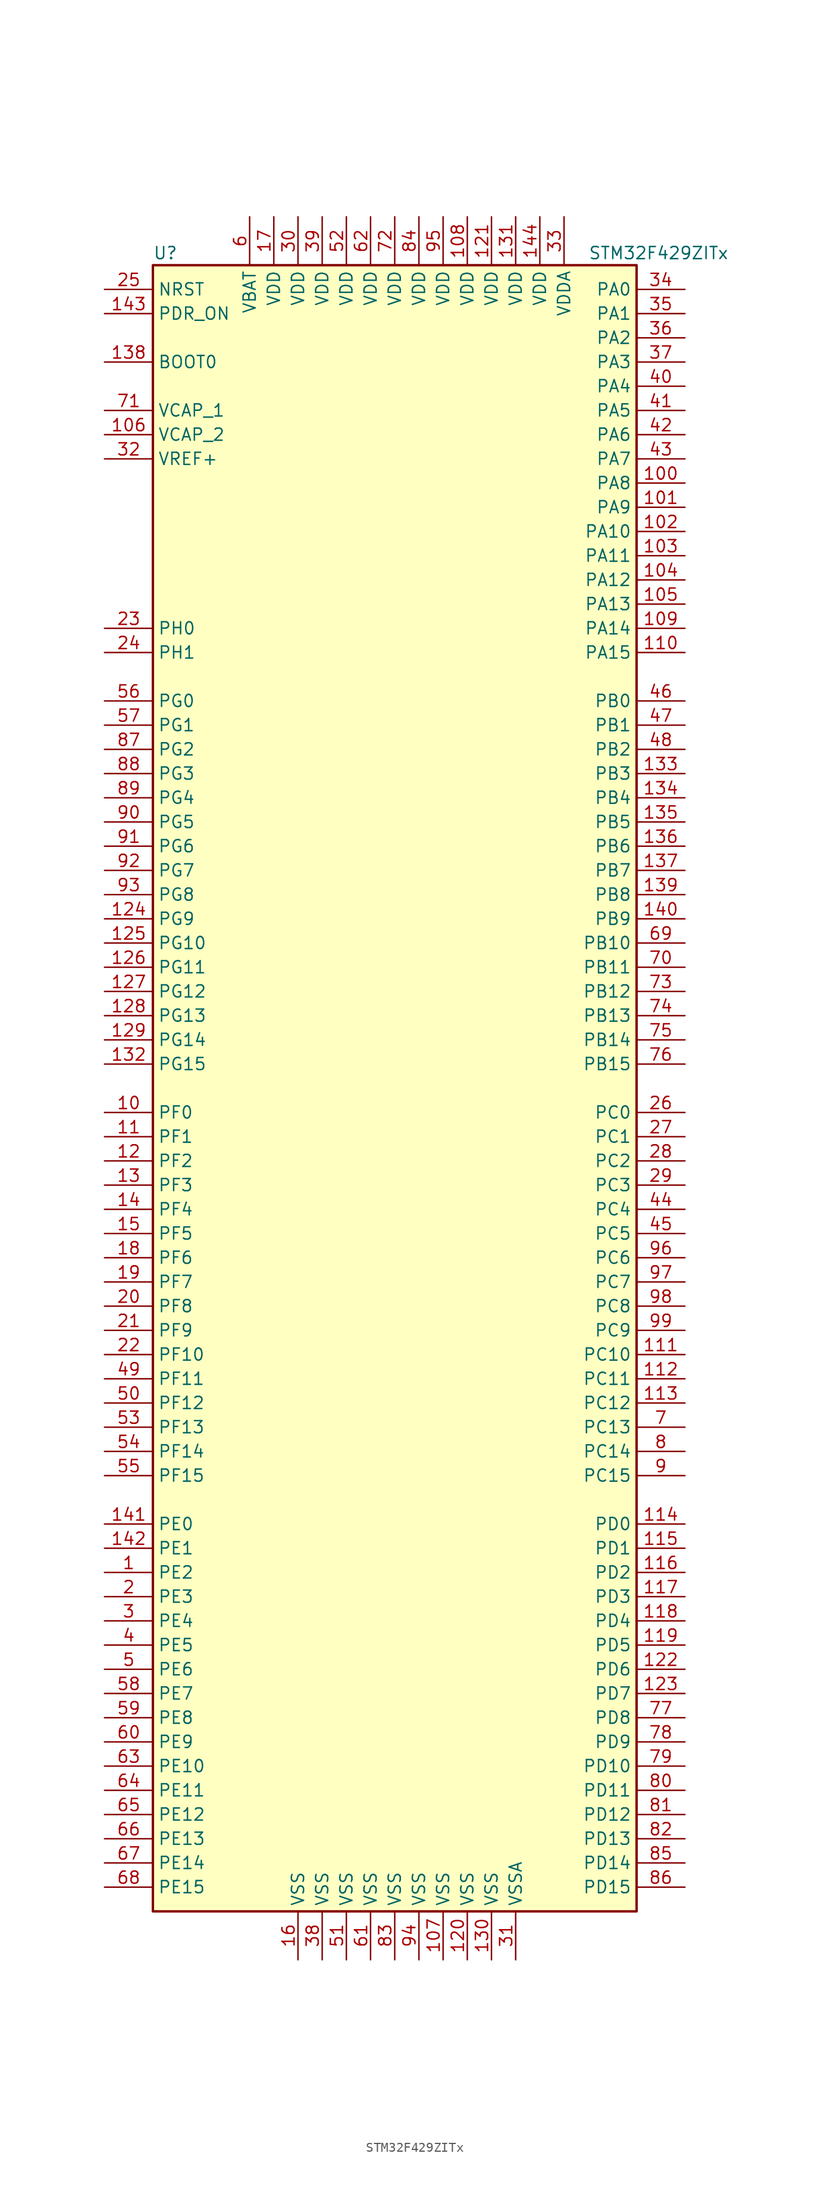
<source format=kicad_sym>
(kicad_symbol_lib
  (version 20201005)
  (generator kicad_symbol_editor)
  (symbol "MCU_ST_STM32F4:STM32F429ZITx"
    (property "Reference" "U"
      (at -25.4 87.63 0)
      (effects (font (size 1.27 1.27)) (justify left)))
    (property "Value" "STM32F429ZITx"
      (at 20.32 87.63 0)
      (effects (font (size 1.27 1.27)) (justify left)))
    (symbol "STM32F429ZITx_0_1"
      (rectangle (start -25.4 -86.36) (end 25.4 86.36) (stroke (width 0.254)) (fill (type background))))
    (symbol "STM32F429ZITx_1_1"
      (pin input line (at -30.48 76.2 0) (length 5.08) (name "BOOT0" (effects (font (size 1.27 1.27)))) (number "138" (effects (font (size 1.27 1.27)))))
      (pin input line (at -30.48 83.82 0) (length 5.08) (name "NRST" (effects (font (size 1.27 1.27)))) (number "25" (effects (font (size 1.27 1.27)))))
      (pin bidirectional line (at 30.48 83.82 180) (length 5.08) (name "PA0" (effects (font (size 1.27 1.27)))) (number "34" (effects (font (size 1.27 1.27)))))
      (pin bidirectional line (at 30.48 81.28 180) (length 5.08) (name "PA1" (effects (font (size 1.27 1.27)))) (number "35" (effects (font (size 1.27 1.27)))))
      (pin bidirectional line (at 30.48 58.42 180) (length 5.08) (name "PA10" (effects (font (size 1.27 1.27)))) (number "102" (effects (font (size 1.27 1.27)))))
      (pin bidirectional line (at 30.48 55.88 180) (length 5.08) (name "PA11" (effects (font (size 1.27 1.27)))) (number "103" (effects (font (size 1.27 1.27)))))
      (pin bidirectional line (at 30.48 53.34 180) (length 5.08) (name "PA12" (effects (font (size 1.27 1.27)))) (number "104" (effects (font (size 1.27 1.27)))))
      (pin bidirectional line (at 30.48 50.8 180) (length 5.08) (name "PA13" (effects (font (size 1.27 1.27)))) (number "105" (effects (font (size 1.27 1.27)))))
      (pin bidirectional line (at 30.48 48.26 180) (length 5.08) (name "PA14" (effects (font (size 1.27 1.27)))) (number "109" (effects (font (size 1.27 1.27)))))
      (pin bidirectional line (at 30.48 45.72 180) (length 5.08) (name "PA15" (effects (font (size 1.27 1.27)))) (number "110" (effects (font (size 1.27 1.27)))))
      (pin bidirectional line (at 30.48 78.74 180) (length 5.08) (name "PA2" (effects (font (size 1.27 1.27)))) (number "36" (effects (font (size 1.27 1.27)))))
      (pin bidirectional line (at 30.48 76.2 180) (length 5.08) (name "PA3" (effects (font (size 1.27 1.27)))) (number "37" (effects (font (size 1.27 1.27)))))
      (pin bidirectional line (at 30.48 73.66 180) (length 5.08) (name "PA4" (effects (font (size 1.27 1.27)))) (number "40" (effects (font (size 1.27 1.27)))))
      (pin bidirectional line (at 30.48 71.12 180) (length 5.08) (name "PA5" (effects (font (size 1.27 1.27)))) (number "41" (effects (font (size 1.27 1.27)))))
      (pin bidirectional line (at 30.48 68.58 180) (length 5.08) (name "PA6" (effects (font (size 1.27 1.27)))) (number "42" (effects (font (size 1.27 1.27)))))
      (pin bidirectional line (at 30.48 66.04 180) (length 5.08) (name "PA7" (effects (font (size 1.27 1.27)))) (number "43" (effects (font (size 1.27 1.27)))))
      (pin bidirectional line (at 30.48 63.5 180) (length 5.08) (name "PA8" (effects (font (size 1.27 1.27)))) (number "100" (effects (font (size 1.27 1.27)))))
      (pin bidirectional line (at 30.48 60.96 180) (length 5.08) (name "PA9" (effects (font (size 1.27 1.27)))) (number "101" (effects (font (size 1.27 1.27)))))
      (pin bidirectional line (at 30.48 40.64 180) (length 5.08) (name "PB0" (effects (font (size 1.27 1.27)))) (number "46" (effects (font (size 1.27 1.27)))))
      (pin bidirectional line (at 30.48 38.1 180) (length 5.08) (name "PB1" (effects (font (size 1.27 1.27)))) (number "47" (effects (font (size 1.27 1.27)))))
      (pin bidirectional line (at 30.48 15.24 180) (length 5.08) (name "PB10" (effects (font (size 1.27 1.27)))) (number "69" (effects (font (size 1.27 1.27)))))
      (pin bidirectional line (at 30.48 12.7 180) (length 5.08) (name "PB11" (effects (font (size 1.27 1.27)))) (number "70" (effects (font (size 1.27 1.27)))))
      (pin bidirectional line (at 30.48 10.16 180) (length 5.08) (name "PB12" (effects (font (size 1.27 1.27)))) (number "73" (effects (font (size 1.27 1.27)))))
      (pin bidirectional line (at 30.48 7.62 180) (length 5.08) (name "PB13" (effects (font (size 1.27 1.27)))) (number "74" (effects (font (size 1.27 1.27)))))
      (pin bidirectional line (at 30.48 5.08 180) (length 5.08) (name "PB14" (effects (font (size 1.27 1.27)))) (number "75" (effects (font (size 1.27 1.27)))))
      (pin bidirectional line (at 30.48 2.54 180) (length 5.08) (name "PB15" (effects (font (size 1.27 1.27)))) (number "76" (effects (font (size 1.27 1.27)))))
      (pin bidirectional line (at 30.48 35.56 180) (length 5.08) (name "PB2" (effects (font (size 1.27 1.27)))) (number "48" (effects (font (size 1.27 1.27)))))
      (pin bidirectional line (at 30.48 33.02 180) (length 5.08) (name "PB3" (effects (font (size 1.27 1.27)))) (number "133" (effects (font (size 1.27 1.27)))))
      (pin bidirectional line (at 30.48 30.48 180) (length 5.08) (name "PB4" (effects (font (size 1.27 1.27)))) (number "134" (effects (font (size 1.27 1.27)))))
      (pin bidirectional line (at 30.48 27.94 180) (length 5.08) (name "PB5" (effects (font (size 1.27 1.27)))) (number "135" (effects (font (size 1.27 1.27)))))
      (pin bidirectional line (at 30.48 25.4 180) (length 5.08) (name "PB6" (effects (font (size 1.27 1.27)))) (number "136" (effects (font (size 1.27 1.27)))))
      (pin bidirectional line (at 30.48 22.86 180) (length 5.08) (name "PB7" (effects (font (size 1.27 1.27)))) (number "137" (effects (font (size 1.27 1.27)))))
      (pin bidirectional line (at 30.48 20.32 180) (length 5.08) (name "PB8" (effects (font (size 1.27 1.27)))) (number "139" (effects (font (size 1.27 1.27)))))
      (pin bidirectional line (at 30.48 17.78 180) (length 5.08) (name "PB9" (effects (font (size 1.27 1.27)))) (number "140" (effects (font (size 1.27 1.27)))))
      (pin bidirectional line (at 30.48 -2.54 180) (length 5.08) (name "PC0" (effects (font (size 1.27 1.27)))) (number "26" (effects (font (size 1.27 1.27)))))
      (pin bidirectional line (at 30.48 -5.08 180) (length 5.08) (name "PC1" (effects (font (size 1.27 1.27)))) (number "27" (effects (font (size 1.27 1.27)))))
      (pin bidirectional line (at 30.48 -27.94 180) (length 5.08) (name "PC10" (effects (font (size 1.27 1.27)))) (number "111" (effects (font (size 1.27 1.27)))))
      (pin bidirectional line (at 30.48 -30.48 180) (length 5.08) (name "PC11" (effects (font (size 1.27 1.27)))) (number "112" (effects (font (size 1.27 1.27)))))
      (pin bidirectional line (at 30.48 -33.02 180) (length 5.08) (name "PC12" (effects (font (size 1.27 1.27)))) (number "113" (effects (font (size 1.27 1.27)))))
      (pin bidirectional line (at 30.48 -35.56 180) (length 5.08) (name "PC13" (effects (font (size 1.27 1.27)))) (number "7" (effects (font (size 1.27 1.27)))))
      (pin bidirectional line (at 30.48 -38.1 180) (length 5.08) (name "PC14" (effects (font (size 1.27 1.27)))) (number "8" (effects (font (size 1.27 1.27)))))
      (pin bidirectional line (at 30.48 -40.64 180) (length 5.08) (name "PC15" (effects (font (size 1.27 1.27)))) (number "9" (effects (font (size 1.27 1.27)))))
      (pin bidirectional line (at 30.48 -7.62 180) (length 5.08) (name "PC2" (effects (font (size 1.27 1.27)))) (number "28" (effects (font (size 1.27 1.27)))))
      (pin bidirectional line (at 30.48 -10.16 180) (length 5.08) (name "PC3" (effects (font (size 1.27 1.27)))) (number "29" (effects (font (size 1.27 1.27)))))
      (pin bidirectional line (at 30.48 -12.7 180) (length 5.08) (name "PC4" (effects (font (size 1.27 1.27)))) (number "44" (effects (font (size 1.27 1.27)))))
      (pin bidirectional line (at 30.48 -15.24 180) (length 5.08) (name "PC5" (effects (font (size 1.27 1.27)))) (number "45" (effects (font (size 1.27 1.27)))))
      (pin bidirectional line (at 30.48 -17.78 180) (length 5.08) (name "PC6" (effects (font (size 1.27 1.27)))) (number "96" (effects (font (size 1.27 1.27)))))
      (pin bidirectional line (at 30.48 -20.32 180) (length 5.08) (name "PC7" (effects (font (size 1.27 1.27)))) (number "97" (effects (font (size 1.27 1.27)))))
      (pin bidirectional line (at 30.48 -22.86 180) (length 5.08) (name "PC8" (effects (font (size 1.27 1.27)))) (number "98" (effects (font (size 1.27 1.27)))))
      (pin bidirectional line (at 30.48 -25.4 180) (length 5.08) (name "PC9" (effects (font (size 1.27 1.27)))) (number "99" (effects (font (size 1.27 1.27)))))
      (pin bidirectional line (at 30.48 -45.72 180) (length 5.08) (name "PD0" (effects (font (size 1.27 1.27)))) (number "114" (effects (font (size 1.27 1.27)))))
      (pin bidirectional line (at 30.48 -48.26 180) (length 5.08) (name "PD1" (effects (font (size 1.27 1.27)))) (number "115" (effects (font (size 1.27 1.27)))))
      (pin bidirectional line (at 30.48 -71.12 180) (length 5.08) (name "PD10" (effects (font (size 1.27 1.27)))) (number "79" (effects (font (size 1.27 1.27)))))
      (pin bidirectional line (at 30.48 -73.66 180) (length 5.08) (name "PD11" (effects (font (size 1.27 1.27)))) (number "80" (effects (font (size 1.27 1.27)))))
      (pin bidirectional line (at 30.48 -76.2 180) (length 5.08) (name "PD12" (effects (font (size 1.27 1.27)))) (number "81" (effects (font (size 1.27 1.27)))))
      (pin bidirectional line (at 30.48 -78.74 180) (length 5.08) (name "PD13" (effects (font (size 1.27 1.27)))) (number "82" (effects (font (size 1.27 1.27)))))
      (pin bidirectional line (at 30.48 -81.28 180) (length 5.08) (name "PD14" (effects (font (size 1.27 1.27)))) (number "85" (effects (font (size 1.27 1.27)))))
      (pin bidirectional line (at 30.48 -83.82 180) (length 5.08) (name "PD15" (effects (font (size 1.27 1.27)))) (number "86" (effects (font (size 1.27 1.27)))))
      (pin bidirectional line (at 30.48 -50.8 180) (length 5.08) (name "PD2" (effects (font (size 1.27 1.27)))) (number "116" (effects (font (size 1.27 1.27)))))
      (pin bidirectional line (at 30.48 -53.34 180) (length 5.08) (name "PD3" (effects (font (size 1.27 1.27)))) (number "117" (effects (font (size 1.27 1.27)))))
      (pin bidirectional line (at 30.48 -55.88 180) (length 5.08) (name "PD4" (effects (font (size 1.27 1.27)))) (number "118" (effects (font (size 1.27 1.27)))))
      (pin bidirectional line (at 30.48 -58.42 180) (length 5.08) (name "PD5" (effects (font (size 1.27 1.27)))) (number "119" (effects (font (size 1.27 1.27)))))
      (pin bidirectional line (at 30.48 -60.96 180) (length 5.08) (name "PD6" (effects (font (size 1.27 1.27)))) (number "122" (effects (font (size 1.27 1.27)))))
      (pin bidirectional line (at 30.48 -63.5 180) (length 5.08) (name "PD7" (effects (font (size 1.27 1.27)))) (number "123" (effects (font (size 1.27 1.27)))))
      (pin bidirectional line (at 30.48 -66.04 180) (length 5.08) (name "PD8" (effects (font (size 1.27 1.27)))) (number "77" (effects (font (size 1.27 1.27)))))
      (pin bidirectional line (at 30.48 -68.58 180) (length 5.08) (name "PD9" (effects (font (size 1.27 1.27)))) (number "78" (effects (font (size 1.27 1.27)))))
      (pin input line (at -30.48 81.28 0) (length 5.08) (name "PDR_ON" (effects (font (size 1.27 1.27)))) (number "143" (effects (font (size 1.27 1.27)))))
      (pin bidirectional line (at -30.48 -45.72 0) (length 5.08) (name "PE0" (effects (font (size 1.27 1.27)))) (number "141" (effects (font (size 1.27 1.27)))))
      (pin bidirectional line (at -30.48 -48.26 0) (length 5.08) (name "PE1" (effects (font (size 1.27 1.27)))) (number "142" (effects (font (size 1.27 1.27)))))
      (pin bidirectional line (at -30.48 -71.12 0) (length 5.08) (name "PE10" (effects (font (size 1.27 1.27)))) (number "63" (effects (font (size 1.27 1.27)))))
      (pin bidirectional line (at -30.48 -73.66 0) (length 5.08) (name "PE11" (effects (font (size 1.27 1.27)))) (number "64" (effects (font (size 1.27 1.27)))))
      (pin bidirectional line (at -30.48 -76.2 0) (length 5.08) (name "PE12" (effects (font (size 1.27 1.27)))) (number "65" (effects (font (size 1.27 1.27)))))
      (pin bidirectional line (at -30.48 -78.74 0) (length 5.08) (name "PE13" (effects (font (size 1.27 1.27)))) (number "66" (effects (font (size 1.27 1.27)))))
      (pin bidirectional line (at -30.48 -81.28 0) (length 5.08) (name "PE14" (effects (font (size 1.27 1.27)))) (number "67" (effects (font (size 1.27 1.27)))))
      (pin bidirectional line (at -30.48 -83.82 0) (length 5.08) (name "PE15" (effects (font (size 1.27 1.27)))) (number "68" (effects (font (size 1.27 1.27)))))
      (pin bidirectional line (at -30.48 -50.8 0) (length 5.08) (name "PE2" (effects (font (size 1.27 1.27)))) (number "1" (effects (font (size 1.27 1.27)))))
      (pin bidirectional line (at -30.48 -53.34 0) (length 5.08) (name "PE3" (effects (font (size 1.27 1.27)))) (number "2" (effects (font (size 1.27 1.27)))))
      (pin bidirectional line (at -30.48 -55.88 0) (length 5.08) (name "PE4" (effects (font (size 1.27 1.27)))) (number "3" (effects (font (size 1.27 1.27)))))
      (pin bidirectional line (at -30.48 -58.42 0) (length 5.08) (name "PE5" (effects (font (size 1.27 1.27)))) (number "4" (effects (font (size 1.27 1.27)))))
      (pin bidirectional line (at -30.48 -60.96 0) (length 5.08) (name "PE6" (effects (font (size 1.27 1.27)))) (number "5" (effects (font (size 1.27 1.27)))))
      (pin bidirectional line (at -30.48 -63.5 0) (length 5.08) (name "PE7" (effects (font (size 1.27 1.27)))) (number "58" (effects (font (size 1.27 1.27)))))
      (pin bidirectional line (at -30.48 -66.04 0) (length 5.08) (name "PE8" (effects (font (size 1.27 1.27)))) (number "59" (effects (font (size 1.27 1.27)))))
      (pin bidirectional line (at -30.48 -68.58 0) (length 5.08) (name "PE9" (effects (font (size 1.27 1.27)))) (number "60" (effects (font (size 1.27 1.27)))))
      (pin bidirectional line (at -30.48 -2.54 0) (length 5.08) (name "PF0" (effects (font (size 1.27 1.27)))) (number "10" (effects (font (size 1.27 1.27)))))
      (pin bidirectional line (at -30.48 -5.08 0) (length 5.08) (name "PF1" (effects (font (size 1.27 1.27)))) (number "11" (effects (font (size 1.27 1.27)))))
      (pin bidirectional line (at -30.48 -27.94 0) (length 5.08) (name "PF10" (effects (font (size 1.27 1.27)))) (number "22" (effects (font (size 1.27 1.27)))))
      (pin bidirectional line (at -30.48 -30.48 0) (length 5.08) (name "PF11" (effects (font (size 1.27 1.27)))) (number "49" (effects (font (size 1.27 1.27)))))
      (pin bidirectional line (at -30.48 -33.02 0) (length 5.08) (name "PF12" (effects (font (size 1.27 1.27)))) (number "50" (effects (font (size 1.27 1.27)))))
      (pin bidirectional line (at -30.48 -35.56 0) (length 5.08) (name "PF13" (effects (font (size 1.27 1.27)))) (number "53" (effects (font (size 1.27 1.27)))))
      (pin bidirectional line (at -30.48 -38.1 0) (length 5.08) (name "PF14" (effects (font (size 1.27 1.27)))) (number "54" (effects (font (size 1.27 1.27)))))
      (pin bidirectional line (at -30.48 -40.64 0) (length 5.08) (name "PF15" (effects (font (size 1.27 1.27)))) (number "55" (effects (font (size 1.27 1.27)))))
      (pin bidirectional line (at -30.48 -7.62 0) (length 5.08) (name "PF2" (effects (font (size 1.27 1.27)))) (number "12" (effects (font (size 1.27 1.27)))))
      (pin bidirectional line (at -30.48 -10.16 0) (length 5.08) (name "PF3" (effects (font (size 1.27 1.27)))) (number "13" (effects (font (size 1.27 1.27)))))
      (pin bidirectional line (at -30.48 -12.7 0) (length 5.08) (name "PF4" (effects (font (size 1.27 1.27)))) (number "14" (effects (font (size 1.27 1.27)))))
      (pin bidirectional line (at -30.48 -15.24 0) (length 5.08) (name "PF5" (effects (font (size 1.27 1.27)))) (number "15" (effects (font (size 1.27 1.27)))))
      (pin bidirectional line (at -30.48 -17.78 0) (length 5.08) (name "PF6" (effects (font (size 1.27 1.27)))) (number "18" (effects (font (size 1.27 1.27)))))
      (pin bidirectional line (at -30.48 -20.32 0) (length 5.08) (name "PF7" (effects (font (size 1.27 1.27)))) (number "19" (effects (font (size 1.27 1.27)))))
      (pin bidirectional line (at -30.48 -22.86 0) (length 5.08) (name "PF8" (effects (font (size 1.27 1.27)))) (number "20" (effects (font (size 1.27 1.27)))))
      (pin bidirectional line (at -30.48 -25.4 0) (length 5.08) (name "PF9" (effects (font (size 1.27 1.27)))) (number "21" (effects (font (size 1.27 1.27)))))
      (pin bidirectional line (at -30.48 40.64 0) (length 5.08) (name "PG0" (effects (font (size 1.27 1.27)))) (number "56" (effects (font (size 1.27 1.27)))))
      (pin bidirectional line (at -30.48 38.1 0) (length 5.08) (name "PG1" (effects (font (size 1.27 1.27)))) (number "57" (effects (font (size 1.27 1.27)))))
      (pin bidirectional line (at -30.48 15.24 0) (length 5.08) (name "PG10" (effects (font (size 1.27 1.27)))) (number "125" (effects (font (size 1.27 1.27)))))
      (pin bidirectional line (at -30.48 12.7 0) (length 5.08) (name "PG11" (effects (font (size 1.27 1.27)))) (number "126" (effects (font (size 1.27 1.27)))))
      (pin bidirectional line (at -30.48 10.16 0) (length 5.08) (name "PG12" (effects (font (size 1.27 1.27)))) (number "127" (effects (font (size 1.27 1.27)))))
      (pin bidirectional line (at -30.48 7.62 0) (length 5.08) (name "PG13" (effects (font (size 1.27 1.27)))) (number "128" (effects (font (size 1.27 1.27)))))
      (pin bidirectional line (at -30.48 5.08 0) (length 5.08) (name "PG14" (effects (font (size 1.27 1.27)))) (number "129" (effects (font (size 1.27 1.27)))))
      (pin bidirectional line (at -30.48 2.54 0) (length 5.08) (name "PG15" (effects (font (size 1.27 1.27)))) (number "132" (effects (font (size 1.27 1.27)))))
      (pin bidirectional line (at -30.48 35.56 0) (length 5.08) (name "PG2" (effects (font (size 1.27 1.27)))) (number "87" (effects (font (size 1.27 1.27)))))
      (pin bidirectional line (at -30.48 33.02 0) (length 5.08) (name "PG3" (effects (font (size 1.27 1.27)))) (number "88" (effects (font (size 1.27 1.27)))))
      (pin bidirectional line (at -30.48 30.48 0) (length 5.08) (name "PG4" (effects (font (size 1.27 1.27)))) (number "89" (effects (font (size 1.27 1.27)))))
      (pin bidirectional line (at -30.48 27.94 0) (length 5.08) (name "PG5" (effects (font (size 1.27 1.27)))) (number "90" (effects (font (size 1.27 1.27)))))
      (pin bidirectional line (at -30.48 25.4 0) (length 5.08) (name "PG6" (effects (font (size 1.27 1.27)))) (number "91" (effects (font (size 1.27 1.27)))))
      (pin bidirectional line (at -30.48 22.86 0) (length 5.08) (name "PG7" (effects (font (size 1.27 1.27)))) (number "92" (effects (font (size 1.27 1.27)))))
      (pin bidirectional line (at -30.48 20.32 0) (length 5.08) (name "PG8" (effects (font (size 1.27 1.27)))) (number "93" (effects (font (size 1.27 1.27)))))
      (pin bidirectional line (at -30.48 17.78 0) (length 5.08) (name "PG9" (effects (font (size 1.27 1.27)))) (number "124" (effects (font (size 1.27 1.27)))))
      (pin input line (at -30.48 48.26 0) (length 5.08) (name "PH0" (effects (font (size 1.27 1.27)))) (number "23" (effects (font (size 1.27 1.27)))))
      (pin input line (at -30.48 45.72 0) (length 5.08) (name "PH1" (effects (font (size 1.27 1.27)))) (number "24" (effects (font (size 1.27 1.27)))))
      (pin power_in line (at -15.24 91.44 270) (length 5.08) (name "VBAT" (effects (font (size 1.27 1.27)))) (number "6" (effects (font (size 1.27 1.27)))))
      (pin power_in line (at -30.48 71.12 0) (length 5.08) (name "VCAP_1" (effects (font (size 1.27 1.27)))) (number "71" (effects (font (size 1.27 1.27)))))
      (pin power_in line (at -30.48 68.58 0) (length 5.08) (name "VCAP_2" (effects (font (size 1.27 1.27)))) (number "106" (effects (font (size 1.27 1.27)))))
      (pin power_in line (at 7.62 91.44 270) (length 5.08) (name "VDD" (effects (font (size 1.27 1.27)))) (number "108" (effects (font (size 1.27 1.27)))))
      (pin power_in line (at 10.16 91.44 270) (length 5.08) (name "VDD" (effects (font (size 1.27 1.27)))) (number "121" (effects (font (size 1.27 1.27)))))
      (pin power_in line (at 12.7 91.44 270) (length 5.08) (name "VDD" (effects (font (size 1.27 1.27)))) (number "131" (effects (font (size 1.27 1.27)))))
      (pin power_in line (at 15.24 91.44 270) (length 5.08) (name "VDD" (effects (font (size 1.27 1.27)))) (number "144" (effects (font (size 1.27 1.27)))))
      (pin power_in line (at -12.7 91.44 270) (length 5.08) (name "VDD" (effects (font (size 1.27 1.27)))) (number "17" (effects (font (size 1.27 1.27)))))
      (pin power_in line (at -10.16 91.44 270) (length 5.08) (name "VDD" (effects (font (size 1.27 1.27)))) (number "30" (effects (font (size 1.27 1.27)))))
      (pin power_in line (at -7.62 91.44 270) (length 5.08) (name "VDD" (effects (font (size 1.27 1.27)))) (number "39" (effects (font (size 1.27 1.27)))))
      (pin power_in line (at -5.08 91.44 270) (length 5.08) (name "VDD" (effects (font (size 1.27 1.27)))) (number "52" (effects (font (size 1.27 1.27)))))
      (pin power_in line (at -2.54 91.44 270) (length 5.08) (name "VDD" (effects (font (size 1.27 1.27)))) (number "62" (effects (font (size 1.27 1.27)))))
      (pin power_in line (at 0 91.44 270) (length 5.08) (name "VDD" (effects (font (size 1.27 1.27)))) (number "72" (effects (font (size 1.27 1.27)))))
      (pin power_in line (at 2.54 91.44 270) (length 5.08) (name "VDD" (effects (font (size 1.27 1.27)))) (number "84" (effects (font (size 1.27 1.27)))))
      (pin power_in line (at 5.08 91.44 270) (length 5.08) (name "VDD" (effects (font (size 1.27 1.27)))) (number "95" (effects (font (size 1.27 1.27)))))
      (pin power_in line (at 17.78 91.44 270) (length 5.08) (name "VDDA" (effects (font (size 1.27 1.27)))) (number "33" (effects (font (size 1.27 1.27)))))
      (pin power_in line (at -30.48 66.04 0) (length 5.08) (name "VREF+" (effects (font (size 1.27 1.27)))) (number "32" (effects (font (size 1.27 1.27)))))
      (pin power_in line (at 5.08 -91.44 90) (length 5.08) (name "VSS" (effects (font (size 1.27 1.27)))) (number "107" (effects (font (size 1.27 1.27)))))
      (pin power_in line (at 7.62 -91.44 90) (length 5.08) (name "VSS" (effects (font (size 1.27 1.27)))) (number "120" (effects (font (size 1.27 1.27)))))
      (pin power_in line (at 10.16 -91.44 90) (length 5.08) (name "VSS" (effects (font (size 1.27 1.27)))) (number "130" (effects (font (size 1.27 1.27)))))
      (pin power_in line (at -10.16 -91.44 90) (length 5.08) (name "VSS" (effects (font (size 1.27 1.27)))) (number "16" (effects (font (size 1.27 1.27)))))
      (pin power_in line (at -7.62 -91.44 90) (length 5.08) (name "VSS" (effects (font (size 1.27 1.27)))) (number "38" (effects (font (size 1.27 1.27)))))
      (pin power_in line (at -5.08 -91.44 90) (length 5.08) (name "VSS" (effects (font (size 1.27 1.27)))) (number "51" (effects (font (size 1.27 1.27)))))
      (pin power_in line (at -2.54 -91.44 90) (length 5.08) (name "VSS" (effects (font (size 1.27 1.27)))) (number "61" (effects (font (size 1.27 1.27)))))
      (pin power_in line (at 0 -91.44 90) (length 5.08) (name "VSS" (effects (font (size 1.27 1.27)))) (number "83" (effects (font (size 1.27 1.27)))))
      (pin power_in line (at 2.54 -91.44 90) (length 5.08) (name "VSS" (effects (font (size 1.27 1.27)))) (number "94" (effects (font (size 1.27 1.27)))))
      (pin power_in line (at 12.7 -91.44 90) (length 5.08) (name "VSSA" (effects (font (size 1.27 1.27)))) (number "31" (effects (font (size 1.27 1.27))))))))
</source>
